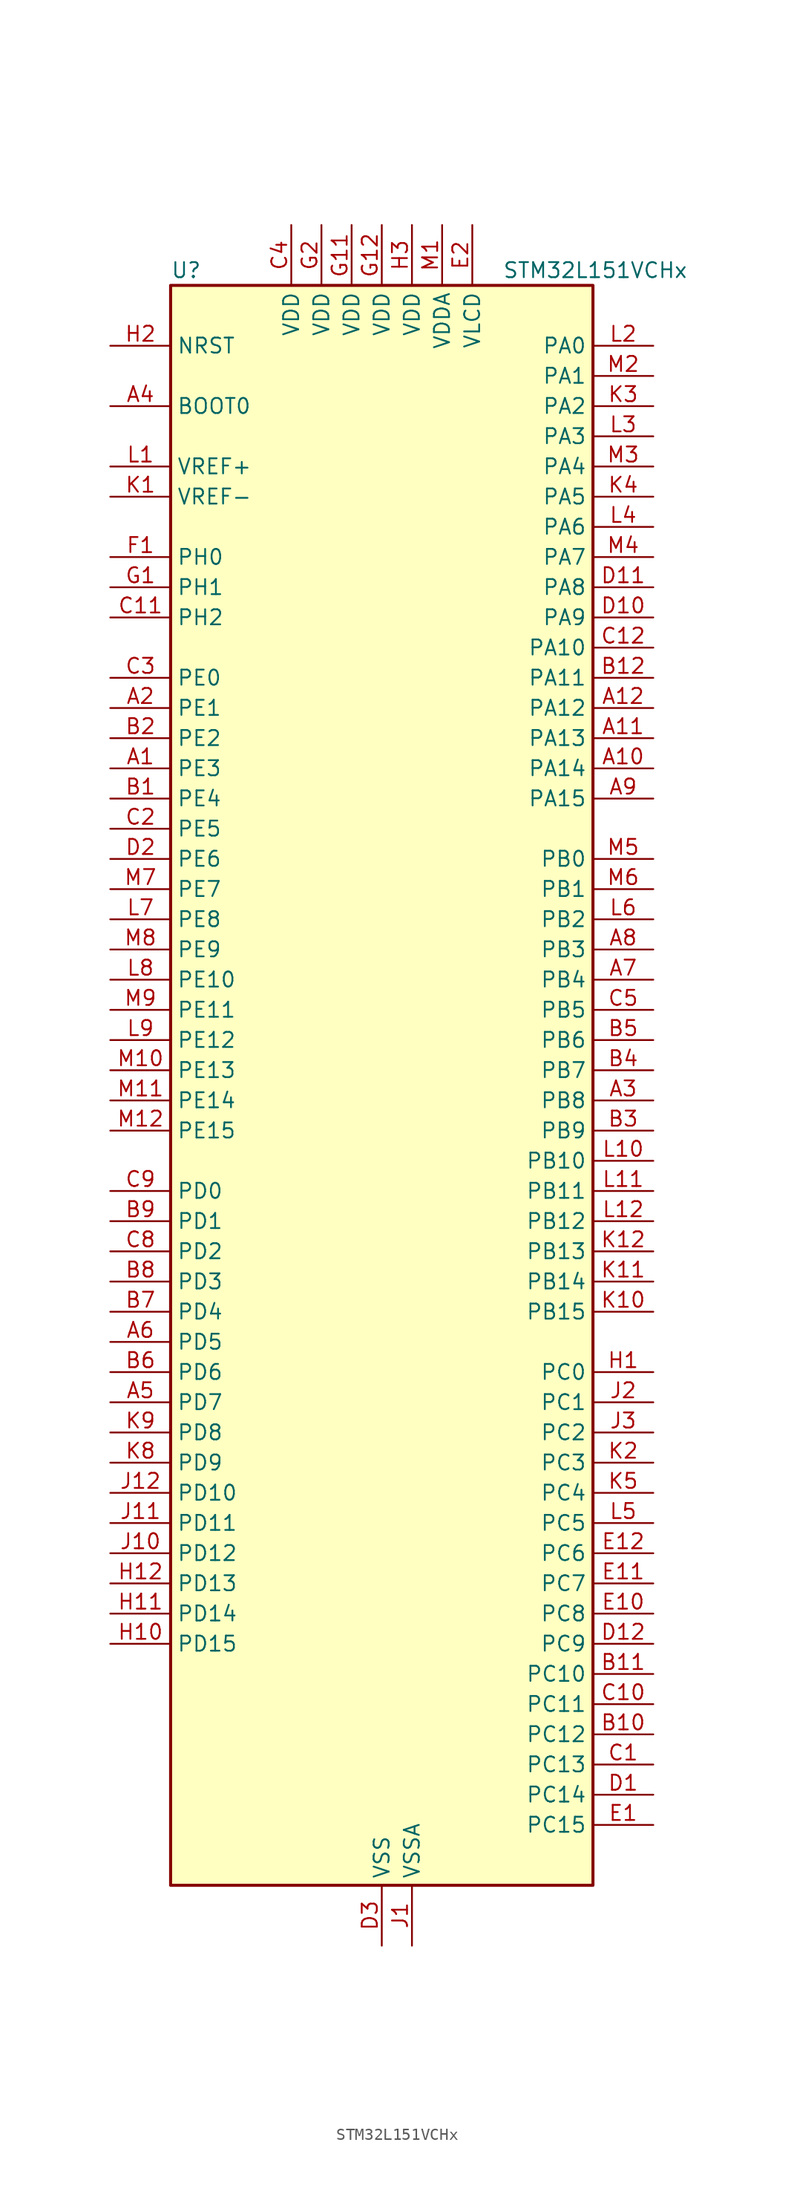
<source format=kicad_sym>
(kicad_symbol_lib
  (version 20241209)
  (generator "kicad_symbol_editor")
  (generator_version "9.0")
  (symbol "STM32L151VCHx"
    (property "Reference" "U"
      (at -17.78 69.85 0)
      (effects (font (size 1.27 1.27)) (justify left)))
    (property "Value" "STM32L151VCHx"
      (at 10.16 69.85 0)
      (effects (font (size 1.27 1.27)) (justify left)))
    (symbol "STM32L151VCHx_0_1"
      (rectangle (start -17.78 -66.04) (end 17.78 68.58) (stroke (width 0.254) (type default)) (fill (type background))))
    (symbol "STM32L151VCHx_1_1"
      (pin input line (at -22.86 63.5 0) (length 5.08) (name "NRST" (effects (font (size 1.27 1.27)))) (number "H2" (effects (font (size 1.27 1.27)))))
      (pin input line (at -22.86 58.42 0) (length 5.08) (name "BOOT0" (effects (font (size 1.27 1.27)))) (number "A4" (effects (font (size 1.27 1.27)))))
      (pin input line (at -22.86 53.34 0) (length 5.08) (name "VREF+" (effects (font (size 1.27 1.27)))) (number "L1" (effects (font (size 1.27 1.27)))))
      (pin input line (at -22.86 50.8 0) (length 5.08) (name "VREF-" (effects (font (size 1.27 1.27)))) (number "K1" (effects (font (size 1.27 1.27)))))
      (pin bidirectional line (at -22.86 45.72 0) (length 5.08) (name "PH0" (effects (font (size 1.27 1.27)))) (number "F1" (effects (font (size 1.27 1.27)))) (alternate "RCC_OSC_IN" bidirectional line))
      (pin bidirectional line (at -22.86 43.18 0) (length 5.08) (name "PH1" (effects (font (size 1.27 1.27)))) (number "G1" (effects (font (size 1.27 1.27)))) (alternate "RCC_OSC_OUT" bidirectional line))
      (pin bidirectional line (at -22.86 40.64 0) (length 5.08) (name "PH2" (effects (font (size 1.27 1.27)))) (number "C11" (effects (font (size 1.27 1.27)))))
      (pin bidirectional line (at -22.86 35.56 0) (length 5.08) (name "PE0" (effects (font (size 1.27 1.27)))) (number "C3" (effects (font (size 1.27 1.27)))) (alternate "TIM10_CH1" bidirectional line) (alternate "TIM4_ETR" bidirectional line) (alternate "TIMX_IC1" bidirectional line))
      (pin bidirectional line (at -22.86 33.02 0) (length 5.08) (name "PE1" (effects (font (size 1.27 1.27)))) (number "A2" (effects (font (size 1.27 1.27)))) (alternate "TIM11_CH1" bidirectional line) (alternate "TIMX_IC2" bidirectional line))
      (pin bidirectional line (at -22.86 30.48 0) (length 5.08) (name "PE2" (effects (font (size 1.27 1.27)))) (number "B2" (effects (font (size 1.27 1.27)))) (alternate "SYS_TRACECK" bidirectional line) (alternate "TIM3_ETR" bidirectional line) (alternate "TIMX_IC3" bidirectional line))
      (pin bidirectional line (at -22.86 27.94 0) (length 5.08) (name "PE3" (effects (font (size 1.27 1.27)))) (number "A1" (effects (font (size 1.27 1.27)))) (alternate "SYS_TRACED0" bidirectional line) (alternate "TIM3_CH1" bidirectional line) (alternate "TIMX_IC4" bidirectional line))
      (pin bidirectional line (at -22.86 25.4 0) (length 5.08) (name "PE4" (effects (font (size 1.27 1.27)))) (number "B1" (effects (font (size 1.27 1.27)))) (alternate "SYS_TRACED1" bidirectional line) (alternate "TIM3_CH2" bidirectional line) (alternate "TIMX_IC1" bidirectional line))
      (pin bidirectional line (at -22.86 22.86 0) (length 5.08) (name "PE5" (effects (font (size 1.27 1.27)))) (number "C2" (effects (font (size 1.27 1.27)))) (alternate "SYS_TRACED2" bidirectional line) (alternate "TIM9_CH1" bidirectional line) (alternate "TIMX_IC2" bidirectional line))
      (pin bidirectional line (at -22.86 20.32 0) (length 5.08) (name "PE6" (effects (font (size 1.27 1.27)))) (number "D2" (effects (font (size 1.27 1.27)))) (alternate "RTC_TAMP3" bidirectional line) (alternate "SYS_TRACED3" bidirectional line) (alternate "SYS_WKUP3" bidirectional line) (alternate "TIM9_CH2" bidirectional line) (alternate "TIMX_IC3" bidirectional line))
      (pin bidirectional line (at -22.86 17.78 0) (length 5.08) (name "PE7" (effects (font (size 1.27 1.27)))) (number "M7" (effects (font (size 1.27 1.27)))) (alternate "ADC_IN22" bidirectional line) (alternate "COMP1_INP" bidirectional line) (alternate "TIMX_IC4" bidirectional line))
      (pin bidirectional line (at -22.86 15.24 0) (length 5.08) (name "PE8" (effects (font (size 1.27 1.27)))) (number "L7" (effects (font (size 1.27 1.27)))) (alternate "ADC_IN23" bidirectional line) (alternate "COMP1_INP" bidirectional line) (alternate "TIMX_IC1" bidirectional line))
      (pin bidirectional line (at -22.86 12.7 0) (length 5.08) (name "PE9" (effects (font (size 1.27 1.27)))) (number "M8" (effects (font (size 1.27 1.27)))) (alternate "ADC_IN24" bidirectional line) (alternate "COMP1_INP" bidirectional line) (alternate "DAC_EXTI9" bidirectional line) (alternate "TIM2_CH1" bidirectional line) (alternate "TIM2_ETR" bidirectional line) (alternate "TIM5_ETR" bidirectional line) (alternate "TIMX_IC2" bidirectional line))
      (pin bidirectional line (at -22.86 10.16 0) (length 5.08) (name "PE10" (effects (font (size 1.27 1.27)))) (number "L8" (effects (font (size 1.27 1.27)))) (alternate "ADC_IN25" bidirectional line) (alternate "COMP1_INP" bidirectional line) (alternate "TIM2_CH2" bidirectional line) (alternate "TIMX_IC3" bidirectional line))
      (pin bidirectional line (at -22.86 7.62 0) (length 5.08) (name "PE11" (effects (font (size 1.27 1.27)))) (number "M9" (effects (font (size 1.27 1.27)))) (alternate "ADC_EXTI11" bidirectional line) (alternate "TIM2_CH3" bidirectional line) (alternate "TIMX_IC4" bidirectional line))
      (pin bidirectional line (at -22.86 5.08 0) (length 5.08) (name "PE12" (effects (font (size 1.27 1.27)))) (number "L9" (effects (font (size 1.27 1.27)))) (alternate "SPI1_NSS" bidirectional line) (alternate "TIM2_CH4" bidirectional line) (alternate "TIMX_IC1" bidirectional line))
      (pin bidirectional line (at -22.86 2.54 0) (length 5.08) (name "PE13" (effects (font (size 1.27 1.27)))) (number "M10" (effects (font (size 1.27 1.27)))) (alternate "SPI1_SCK" bidirectional line) (alternate "TIMX_IC2" bidirectional line))
      (pin bidirectional line (at -22.86 0 0) (length 5.08) (name "PE14" (effects (font (size 1.27 1.27)))) (number "M11" (effects (font (size 1.27 1.27)))) (alternate "SPI1_MISO" bidirectional line) (alternate "TIMX_IC3" bidirectional line))
      (pin bidirectional line (at -22.86 -2.54 0) (length 5.08) (name "PE15" (effects (font (size 1.27 1.27)))) (number "M12" (effects (font (size 1.27 1.27)))) (alternate "ADC_EXTI15" bidirectional line) (alternate "SPI1_MOSI" bidirectional line) (alternate "TIMX_IC4" bidirectional line))
      (pin bidirectional line (at -22.86 -7.62 0) (length 5.08) (name "PD0" (effects (font (size 1.27 1.27)))) (number "C9" (effects (font (size 1.27 1.27)))) (alternate "I2S2_WS" bidirectional line) (alternate "SPI2_NSS" bidirectional line) (alternate "TIM9_CH1" bidirectional line) (alternate "TIMX_IC1" bidirectional line))
      (pin bidirectional line (at -22.86 -10.16 0) (length 5.08) (name "PD1" (effects (font (size 1.27 1.27)))) (number "B9" (effects (font (size 1.27 1.27)))) (alternate "I2S2_CK" bidirectional line) (alternate "SPI2_SCK" bidirectional line) (alternate "TIMX_IC2" bidirectional line))
      (pin bidirectional line (at -22.86 -12.7 0) (length 5.08) (name "PD2" (effects (font (size 1.27 1.27)))) (number "C8" (effects (font (size 1.27 1.27)))) (alternate "TIM3_ETR" bidirectional line) (alternate "TIMX_IC3" bidirectional line))
      (pin bidirectional line (at -22.86 -15.24 0) (length 5.08) (name "PD3" (effects (font (size 1.27 1.27)))) (number "B8" (effects (font (size 1.27 1.27)))) (alternate "SPI2_MISO" bidirectional line) (alternate "TIMX_IC4" bidirectional line) (alternate "USART2_CTS" bidirectional line))
      (pin bidirectional line (at -22.86 -17.78 0) (length 5.08) (name "PD4" (effects (font (size 1.27 1.27)))) (number "B7" (effects (font (size 1.27 1.27)))) (alternate "I2S2_SD" bidirectional line) (alternate "SPI2_MOSI" bidirectional line) (alternate "TIMX_IC1" bidirectional line) (alternate "USART2_RTS" bidirectional line))
      (pin bidirectional line (at -22.86 -20.32 0) (length 5.08) (name "PD5" (effects (font (size 1.27 1.27)))) (number "A6" (effects (font (size 1.27 1.27)))) (alternate "TIMX_IC2" bidirectional line) (alternate "USART2_TX" bidirectional line))
      (pin bidirectional line (at -22.86 -22.86 0) (length 5.08) (name "PD6" (effects (font (size 1.27 1.27)))) (number "B6" (effects (font (size 1.27 1.27)))) (alternate "TIMX_IC3" bidirectional line) (alternate "USART2_RX" bidirectional line))
      (pin bidirectional line (at -22.86 -25.4 0) (length 5.08) (name "PD7" (effects (font (size 1.27 1.27)))) (number "A5" (effects (font (size 1.27 1.27)))) (alternate "TIM9_CH2" bidirectional line) (alternate "TIMX_IC4" bidirectional line) (alternate "USART2_CK" bidirectional line))
      (pin bidirectional line (at -22.86 -27.94 0) (length 5.08) (name "PD8" (effects (font (size 1.27 1.27)))) (number "K9" (effects (font (size 1.27 1.27)))) (alternate "TIMX_IC1" bidirectional line) (alternate "USART3_TX" bidirectional line))
      (pin bidirectional line (at -22.86 -30.48 0) (length 5.08) (name "PD9" (effects (font (size 1.27 1.27)))) (number "K8" (effects (font (size 1.27 1.27)))) (alternate "DAC_EXTI9" bidirectional line) (alternate "TIMX_IC2" bidirectional line) (alternate "USART3_RX" bidirectional line))
      (pin bidirectional line (at -22.86 -33.02 0) (length 5.08) (name "PD10" (effects (font (size 1.27 1.27)))) (number "J12" (effects (font (size 1.27 1.27)))) (alternate "TIMX_IC3" bidirectional line) (alternate "USART3_CK" bidirectional line))
      (pin bidirectional line (at -22.86 -35.56 0) (length 5.08) (name "PD11" (effects (font (size 1.27 1.27)))) (number "J11" (effects (font (size 1.27 1.27)))) (alternate "ADC_EXTI11" bidirectional line) (alternate "TIMX_IC4" bidirectional line) (alternate "USART3_CTS" bidirectional line))
      (pin bidirectional line (at -22.86 -38.1 0) (length 5.08) (name "PD12" (effects (font (size 1.27 1.27)))) (number "J10" (effects (font (size 1.27 1.27)))) (alternate "TIM4_CH1" bidirectional line) (alternate "TIMX_IC1" bidirectional line) (alternate "USART3_RTS" bidirectional line))
      (pin bidirectional line (at -22.86 -40.64 0) (length 5.08) (name "PD13" (effects (font (size 1.27 1.27)))) (number "H12" (effects (font (size 1.27 1.27)))) (alternate "TIM4_CH2" bidirectional line) (alternate "TIMX_IC2" bidirectional line))
      (pin bidirectional line (at -22.86 -43.18 0) (length 5.08) (name "PD14" (effects (font (size 1.27 1.27)))) (number "H11" (effects (font (size 1.27 1.27)))) (alternate "TIM4_CH3" bidirectional line) (alternate "TIMX_IC3" bidirectional line))
      (pin bidirectional line (at -22.86 -45.72 0) (length 5.08) (name "PD15" (effects (font (size 1.27 1.27)))) (number "H10" (effects (font (size 1.27 1.27)))) (alternate "ADC_EXTI15" bidirectional line) (alternate "TIM4_CH4" bidirectional line) (alternate "TIMX_IC4" bidirectional line))
      (pin power_in line (at -7.62 73.66 270) (length 5.08) (name "VDD" (effects (font (size 1.27 1.27)))) (number "C4" (effects (font (size 1.27 1.27)))))
      (pin power_in line (at -5.08 73.66 270) (length 5.08) (name "VDD" (effects (font (size 1.27 1.27)))) (number "G2" (effects (font (size 1.27 1.27)))))
      (pin power_in line (at -2.54 73.66 270) (length 5.08) (name "VDD" (effects (font (size 1.27 1.27)))) (number "G11" (effects (font (size 1.27 1.27)))))
      (pin power_in line (at 0 73.66 270) (length 5.08) (name "VDD" (effects (font (size 1.27 1.27)))) (number "G12" (effects (font (size 1.27 1.27)))))
      (pin power_in line (at 0 -71.12 90) (length 5.08) (name "VSS" (effects (font (size 1.27 1.27)))) (number "D3" (effects (font (size 1.27 1.27)))))
      (pin passive line (at 0 -71.12 90) (length 5.08) (hide yes) (name "VSS" (effects (font (size 1.27 1.27)))) (number "E3" (effects (font (size 1.27 1.27)))))
      (pin passive line (at 0 -71.12 90) (length 5.08) (hide yes) (name "VSS" (effects (font (size 1.27 1.27)))) (number "F11" (effects (font (size 1.27 1.27)))))
      (pin passive line (at 0 -71.12 90) (length 5.08) (hide yes) (name "VSS" (effects (font (size 1.27 1.27)))) (number "F12" (effects (font (size 1.27 1.27)))))
      (pin passive line (at 0 -71.12 90) (length 5.08) (hide yes) (name "VSS" (effects (font (size 1.27 1.27)))) (number "F2" (effects (font (size 1.27 1.27)))))
      (pin power_in line (at 2.54 73.66 270) (length 5.08) (name "VDD" (effects (font (size 1.27 1.27)))) (number "H3" (effects (font (size 1.27 1.27)))))
      (pin power_in line (at 2.54 -71.12 90) (length 5.08) (name "VSSA" (effects (font (size 1.27 1.27)))) (number "J1" (effects (font (size 1.27 1.27)))))
      (pin power_in line (at 5.08 73.66 270) (length 5.08) (name "VDDA" (effects (font (size 1.27 1.27)))) (number "M1" (effects (font (size 1.27 1.27)))))
      (pin power_in line (at 7.62 73.66 270) (length 5.08) (name "VLCD" (effects (font (size 1.27 1.27)))) (number "E2" (effects (font (size 1.27 1.27)))))
      (pin bidirectional line (at 22.86 63.5 180) (length 5.08) (name "PA0" (effects (font (size 1.27 1.27)))) (number "L2" (effects (font (size 1.27 1.27)))) (alternate "ADC_IN0" bidirectional line) (alternate "COMP1_INP" bidirectional line) (alternate "RTC_TAMP2" bidirectional line) (alternate "SYS_WKUP1" bidirectional line) (alternate "TIM2_CH1" bidirectional line) (alternate "TIM2_ETR" bidirectional line) (alternate "TIM5_CH1" bidirectional line) (alternate "TIMX_IC1" bidirectional line) (alternate "TS_G1_IO1" bidirectional line) (alternate "USART2_CTS" bidirectional line))
      (pin bidirectional line (at 22.86 60.96 180) (length 5.08) (name "PA1" (effects (font (size 1.27 1.27)))) (number "M2" (effects (font (size 1.27 1.27)))) (alternate "ADC_IN1" bidirectional line) (alternate "COMP1_INP" bidirectional line) (alternate "OPAMP1_VINP" bidirectional line) (alternate "TIM2_CH2" bidirectional line) (alternate "TIM5_CH2" bidirectional line) (alternate "TIMX_IC2" bidirectional line) (alternate "TS_G1_IO2" bidirectional line) (alternate "USART2_RTS" bidirectional line))
      (pin bidirectional line (at 22.86 58.42 180) (length 5.08) (name "PA2" (effects (font (size 1.27 1.27)))) (number "K3" (effects (font (size 1.27 1.27)))) (alternate "ADC_IN2" bidirectional line) (alternate "COMP1_INP" bidirectional line) (alternate "OPAMP1_VINM" bidirectional line) (alternate "TIM2_CH3" bidirectional line) (alternate "TIM5_CH3" bidirectional line) (alternate "TIM9_CH1" bidirectional line) (alternate "TIMX_IC3" bidirectional line) (alternate "TS_G1_IO3" bidirectional line) (alternate "USART2_TX" bidirectional line))
      (pin bidirectional line (at 22.86 55.88 180) (length 5.08) (name "PA3" (effects (font (size 1.27 1.27)))) (number "L3" (effects (font (size 1.27 1.27)))) (alternate "ADC_IN3" bidirectional line) (alternate "COMP1_INP" bidirectional line) (alternate "OPAMP1_VOUT" bidirectional line) (alternate "TIM2_CH4" bidirectional line) (alternate "TIM5_CH4" bidirectional line) (alternate "TIM9_CH2" bidirectional line) (alternate "TIMX_IC4" bidirectional line) (alternate "TS_G1_IO4" bidirectional line) (alternate "USART2_RX" bidirectional line))
      (pin bidirectional line (at 22.86 53.34 180) (length 5.08) (name "PA4" (effects (font (size 1.27 1.27)))) (number "M3" (effects (font (size 1.27 1.27)))) (alternate "ADC_IN4" bidirectional line) (alternate "COMP1_INP" bidirectional line) (alternate "DAC_OUT1" bidirectional line) (alternate "I2S3_WS" bidirectional line) (alternate "SPI1_NSS" bidirectional line) (alternate "SPI3_NSS" bidirectional line) (alternate "TIMX_IC1" bidirectional line) (alternate "USART2_CK" bidirectional line))
      (pin bidirectional line (at 22.86 50.8 180) (length 5.08) (name "PA5" (effects (font (size 1.27 1.27)))) (number "K4" (effects (font (size 1.27 1.27)))) (alternate "ADC_IN5" bidirectional line) (alternate "COMP1_INP" bidirectional line) (alternate "DAC_OUT2" bidirectional line) (alternate "SPI1_SCK" bidirectional line) (alternate "TIM2_CH1" bidirectional line) (alternate "TIM2_ETR" bidirectional line) (alternate "TIMX_IC2" bidirectional line))
      (pin bidirectional line (at 22.86 48.26 180) (length 5.08) (name "PA6" (effects (font (size 1.27 1.27)))) (number "L4" (effects (font (size 1.27 1.27)))) (alternate "ADC_IN6" bidirectional line) (alternate "COMP1_INP" bidirectional line) (alternate "OPAMP2_VINP" bidirectional line) (alternate "SPI1_MISO" bidirectional line) (alternate "TIM10_CH1" bidirectional line) (alternate "TIM3_CH1" bidirectional line) (alternate "TIMX_IC3" bidirectional line) (alternate "TS_G2_IO1" bidirectional line))
      (pin bidirectional line (at 22.86 45.72 180) (length 5.08) (name "PA7" (effects (font (size 1.27 1.27)))) (number "M4" (effects (font (size 1.27 1.27)))) (alternate "ADC_IN7" bidirectional line) (alternate "COMP1_INP" bidirectional line) (alternate "OPAMP2_VINM" bidirectional line) (alternate "SPI1_MOSI" bidirectional line) (alternate "TIM11_CH1" bidirectional line) (alternate "TIM3_CH2" bidirectional line) (alternate "TIMX_IC4" bidirectional line) (alternate "TS_G2_IO2" bidirectional line))
      (pin bidirectional line (at 22.86 43.18 180) (length 5.08) (name "PA8" (effects (font (size 1.27 1.27)))) (number "D11" (effects (font (size 1.27 1.27)))) (alternate "RCC_MCO" bidirectional line) (alternate "TIMX_IC1" bidirectional line) (alternate "TS_G4_IO1" bidirectional line) (alternate "USART1_CK" bidirectional line))
      (pin bidirectional line (at 22.86 40.64 180) (length 5.08) (name "PA9" (effects (font (size 1.27 1.27)))) (number "D10" (effects (font (size 1.27 1.27)))) (alternate "DAC_EXTI9" bidirectional line) (alternate "TIMX_IC2" bidirectional line) (alternate "TS_G4_IO2" bidirectional line) (alternate "USART1_TX" bidirectional line))
      (pin bidirectional line (at 22.86 38.1 180) (length 5.08) (name "PA10" (effects (font (size 1.27 1.27)))) (number "C12" (effects (font (size 1.27 1.27)))) (alternate "TIMX_IC3" bidirectional line) (alternate "TS_G4_IO3" bidirectional line) (alternate "USART1_RX" bidirectional line))
      (pin bidirectional line (at 22.86 35.56 180) (length 5.08) (name "PA11" (effects (font (size 1.27 1.27)))) (number "B12" (effects (font (size 1.27 1.27)))) (alternate "ADC_EXTI11" bidirectional line) (alternate "SPI1_MISO" bidirectional line) (alternate "TIMX_IC4" bidirectional line) (alternate "USART1_CTS" bidirectional line) (alternate "USB_DM" bidirectional line))
      (pin bidirectional line (at 22.86 33.02 180) (length 5.08) (name "PA12" (effects (font (size 1.27 1.27)))) (number "A12" (effects (font (size 1.27 1.27)))) (alternate "SPI1_MOSI" bidirectional line) (alternate "TIMX_IC1" bidirectional line) (alternate "USART1_RTS" bidirectional line) (alternate "USB_DP" bidirectional line))
      (pin bidirectional line (at 22.86 30.48 180) (length 5.08) (name "PA13" (effects (font (size 1.27 1.27)))) (number "A11" (effects (font (size 1.27 1.27)))) (alternate "SYS_JTMS-SWDIO" bidirectional line) (alternate "TIMX_IC2" bidirectional line) (alternate "TS_G5_IO1" bidirectional line))
      (pin bidirectional line (at 22.86 27.94 180) (length 5.08) (name "PA14" (effects (font (size 1.27 1.27)))) (number "A10" (effects (font (size 1.27 1.27)))) (alternate "SYS_JTCK-SWCLK" bidirectional line) (alternate "TIMX_IC3" bidirectional line) (alternate "TS_G5_IO2" bidirectional line))
      (pin bidirectional line (at 22.86 25.4 180) (length 5.08) (name "PA15" (effects (font (size 1.27 1.27)))) (number "A9" (effects (font (size 1.27 1.27)))) (alternate "ADC_EXTI15" bidirectional line) (alternate "I2S3_WS" bidirectional line) (alternate "SPI1_NSS" bidirectional line) (alternate "SPI3_NSS" bidirectional line) (alternate "SYS_JTDI" bidirectional line) (alternate "TIM2_CH1" bidirectional line) (alternate "TIM2_ETR" bidirectional line) (alternate "TIMX_IC4" bidirectional line) (alternate "TS_G5_IO3" bidirectional line))
      (pin bidirectional line (at 22.86 20.32 180) (length 5.08) (name "PB0" (effects (font (size 1.27 1.27)))) (number "M5" (effects (font (size 1.27 1.27)))) (alternate "ADC_IN8" bidirectional line) (alternate "COMP1_INP" bidirectional line) (alternate "OPAMP2_VOUT" bidirectional line) (alternate "SYS_V_REF_OUT" bidirectional line) (alternate "TIM3_CH3" bidirectional line) (alternate "TS_G3_IO1" bidirectional line))
      (pin bidirectional line (at 22.86 17.78 180) (length 5.08) (name "PB1" (effects (font (size 1.27 1.27)))) (number "M6" (effects (font (size 1.27 1.27)))) (alternate "ADC_IN9" bidirectional line) (alternate "COMP1_INP" bidirectional line) (alternate "SYS_V_REF_OUT" bidirectional line) (alternate "TIM3_CH4" bidirectional line) (alternate "TS_G3_IO2" bidirectional line))
      (pin bidirectional line (at 22.86 15.24 180) (length 5.08) (name "PB2" (effects (font (size 1.27 1.27)))) (number "L6" (effects (font (size 1.27 1.27)))) (alternate "TS_G3_IO3" bidirectional line))
      (pin bidirectional line (at 22.86 12.7 180) (length 5.08) (name "PB3" (effects (font (size 1.27 1.27)))) (number "A8" (effects (font (size 1.27 1.27)))) (alternate "COMP2_INM" bidirectional line) (alternate "I2S3_CK" bidirectional line) (alternate "SPI1_SCK" bidirectional line) (alternate "SPI3_SCK" bidirectional line) (alternate "SYS_JTDO-TRACESWO" bidirectional line) (alternate "TIM2_CH2" bidirectional line))
      (pin bidirectional line (at 22.86 10.16 180) (length 5.08) (name "PB4" (effects (font (size 1.27 1.27)))) (number "A7" (effects (font (size 1.27 1.27)))) (alternate "COMP2_INP" bidirectional line) (alternate "SPI1_MISO" bidirectional line) (alternate "SPI3_MISO" bidirectional line) (alternate "SYS_JTRST" bidirectional line) (alternate "TIM3_CH1" bidirectional line) (alternate "TS_G6_IO1" bidirectional line))
      (pin bidirectional line (at 22.86 7.62 180) (length 5.08) (name "PB5" (effects (font (size 1.27 1.27)))) (number "C5" (effects (font (size 1.27 1.27)))) (alternate "COMP2_INP" bidirectional line) (alternate "I2C1_SMBA" bidirectional line) (alternate "I2S3_SD" bidirectional line) (alternate "SPI1_MOSI" bidirectional line) (alternate "SPI3_MOSI" bidirectional line) (alternate "TIM3_CH2" bidirectional line) (alternate "TS_G6_IO2" bidirectional line))
      (pin bidirectional line (at 22.86 5.08 180) (length 5.08) (name "PB6" (effects (font (size 1.27 1.27)))) (number "B5" (effects (font (size 1.27 1.27)))) (alternate "COMP2_INP" bidirectional line) (alternate "I2C1_SCL" bidirectional line) (alternate "TIM4_CH1" bidirectional line) (alternate "TS_G6_IO3" bidirectional line) (alternate "USART1_TX" bidirectional line))
      (pin bidirectional line (at 22.86 2.54 180) (length 5.08) (name "PB7" (effects (font (size 1.27 1.27)))) (number "B4" (effects (font (size 1.27 1.27)))) (alternate "COMP2_INP" bidirectional line) (alternate "I2C1_SDA" bidirectional line) (alternate "SYS_PVD_IN" bidirectional line) (alternate "TIM4_CH2" bidirectional line) (alternate "TS_G6_IO4" bidirectional line) (alternate "USART1_RX" bidirectional line))
      (pin bidirectional line (at 22.86 0 180) (length 5.08) (name "PB8" (effects (font (size 1.27 1.27)))) (number "A3" (effects (font (size 1.27 1.27)))) (alternate "I2C1_SCL" bidirectional line) (alternate "TIM10_CH1" bidirectional line) (alternate "TIM4_CH3" bidirectional line))
      (pin bidirectional line (at 22.86 -2.54 180) (length 5.08) (name "PB9" (effects (font (size 1.27 1.27)))) (number "B3" (effects (font (size 1.27 1.27)))) (alternate "DAC_EXTI9" bidirectional line) (alternate "I2C1_SDA" bidirectional line) (alternate "TIM11_CH1" bidirectional line) (alternate "TIM4_CH4" bidirectional line))
      (pin bidirectional line (at 22.86 -5.08 180) (length 5.08) (name "PB10" (effects (font (size 1.27 1.27)))) (number "L10" (effects (font (size 1.27 1.27)))) (alternate "I2C2_SCL" bidirectional line) (alternate "TIM2_CH3" bidirectional line) (alternate "USART3_TX" bidirectional line))
      (pin bidirectional line (at 22.86 -7.62 180) (length 5.08) (name "PB11" (effects (font (size 1.27 1.27)))) (number "L11" (effects (font (size 1.27 1.27)))) (alternate "ADC_EXTI11" bidirectional line) (alternate "I2C2_SDA" bidirectional line) (alternate "TIM2_CH4" bidirectional line) (alternate "USART3_RX" bidirectional line))
      (pin bidirectional line (at 22.86 -10.16 180) (length 5.08) (name "PB12" (effects (font (size 1.27 1.27)))) (number "L12" (effects (font (size 1.27 1.27)))) (alternate "ADC_IN18" bidirectional line) (alternate "COMP1_INP" bidirectional line) (alternate "I2C2_SMBA" bidirectional line) (alternate "I2S2_WS" bidirectional line) (alternate "SPI2_NSS" bidirectional line) (alternate "TIM10_CH1" bidirectional line) (alternate "TS_G7_IO1" bidirectional line) (alternate "USART3_CK" bidirectional line))
      (pin bidirectional line (at 22.86 -12.7 180) (length 5.08) (name "PB13" (effects (font (size 1.27 1.27)))) (number "K12" (effects (font (size 1.27 1.27)))) (alternate "ADC_IN19" bidirectional line) (alternate "COMP1_INP" bidirectional line) (alternate "I2S2_CK" bidirectional line) (alternate "SPI2_SCK" bidirectional line) (alternate "TIM9_CH1" bidirectional line) (alternate "TS_G7_IO2" bidirectional line) (alternate "USART3_CTS" bidirectional line))
      (pin bidirectional line (at 22.86 -15.24 180) (length 5.08) (name "PB14" (effects (font (size 1.27 1.27)))) (number "K11" (effects (font (size 1.27 1.27)))) (alternate "ADC_IN20" bidirectional line) (alternate "COMP1_INP" bidirectional line) (alternate "SPI2_MISO" bidirectional line) (alternate "TIM9_CH2" bidirectional line) (alternate "TS_G7_IO3" bidirectional line) (alternate "USART3_RTS" bidirectional line))
      (pin bidirectional line (at 22.86 -17.78 180) (length 5.08) (name "PB15" (effects (font (size 1.27 1.27)))) (number "K10" (effects (font (size 1.27 1.27)))) (alternate "ADC_EXTI15" bidirectional line) (alternate "ADC_IN21" bidirectional line) (alternate "COMP1_INP" bidirectional line) (alternate "I2S2_SD" bidirectional line) (alternate "RTC_REFIN" bidirectional line) (alternate "SPI2_MOSI" bidirectional line) (alternate "TIM11_CH1" bidirectional line) (alternate "TS_G7_IO4" bidirectional line))
      (pin bidirectional line (at 22.86 -22.86 180) (length 5.08) (name "PC0" (effects (font (size 1.27 1.27)))) (number "H1" (effects (font (size 1.27 1.27)))) (alternate "ADC_IN10" bidirectional line) (alternate "COMP1_INP" bidirectional line) (alternate "TIMX_IC1" bidirectional line) (alternate "TS_G8_IO1" bidirectional line))
      (pin bidirectional line (at 22.86 -25.4 180) (length 5.08) (name "PC1" (effects (font (size 1.27 1.27)))) (number "J2" (effects (font (size 1.27 1.27)))) (alternate "ADC_IN11" bidirectional line) (alternate "COMP1_INP" bidirectional line) (alternate "TIMX_IC2" bidirectional line) (alternate "TS_G8_IO2" bidirectional line))
      (pin bidirectional line (at 22.86 -27.94 180) (length 5.08) (name "PC2" (effects (font (size 1.27 1.27)))) (number "J3" (effects (font (size 1.27 1.27)))) (alternate "ADC_IN12" bidirectional line) (alternate "COMP1_INP" bidirectional line) (alternate "TIMX_IC3" bidirectional line) (alternate "TS_G8_IO3" bidirectional line))
      (pin bidirectional line (at 22.86 -30.48 180) (length 5.08) (name "PC3" (effects (font (size 1.27 1.27)))) (number "K2" (effects (font (size 1.27 1.27)))) (alternate "ADC_IN13" bidirectional line) (alternate "COMP1_INP" bidirectional line) (alternate "TIMX_IC4" bidirectional line) (alternate "TS_G8_IO4" bidirectional line))
      (pin bidirectional line (at 22.86 -33.02 180) (length 5.08) (name "PC4" (effects (font (size 1.27 1.27)))) (number "K5" (effects (font (size 1.27 1.27)))) (alternate "ADC_IN14" bidirectional line) (alternate "COMP1_INP" bidirectional line) (alternate "TIMX_IC1" bidirectional line) (alternate "TS_G9_IO1" bidirectional line))
      (pin bidirectional line (at 22.86 -35.56 180) (length 5.08) (name "PC5" (effects (font (size 1.27 1.27)))) (number "L5" (effects (font (size 1.27 1.27)))) (alternate "ADC_IN15" bidirectional line) (alternate "COMP1_INP" bidirectional line) (alternate "TIMX_IC2" bidirectional line) (alternate "TS_G9_IO2" bidirectional line))
      (pin bidirectional line (at 22.86 -38.1 180) (length 5.08) (name "PC6" (effects (font (size 1.27 1.27)))) (number "E12" (effects (font (size 1.27 1.27)))) (alternate "I2S2_MCK" bidirectional line) (alternate "TIM3_CH1" bidirectional line) (alternate "TIMX_IC3" bidirectional line) (alternate "TS_G10_IO1" bidirectional line))
      (pin bidirectional line (at 22.86 -40.64 180) (length 5.08) (name "PC7" (effects (font (size 1.27 1.27)))) (number "E11" (effects (font (size 1.27 1.27)))) (alternate "I2S3_MCK" bidirectional line) (alternate "TIM3_CH2" bidirectional line) (alternate "TIMX_IC4" bidirectional line) (alternate "TS_G10_IO2" bidirectional line))
      (pin bidirectional line (at 22.86 -43.18 180) (length 5.08) (name "PC8" (effects (font (size 1.27 1.27)))) (number "E10" (effects (font (size 1.27 1.27)))) (alternate "TIM3_CH3" bidirectional line) (alternate "TIMX_IC1" bidirectional line) (alternate "TS_G10_IO3" bidirectional line))
      (pin bidirectional line (at 22.86 -45.72 180) (length 5.08) (name "PC9" (effects (font (size 1.27 1.27)))) (number "D12" (effects (font (size 1.27 1.27)))) (alternate "DAC_EXTI9" bidirectional line) (alternate "TIM3_CH4" bidirectional line) (alternate "TIMX_IC2" bidirectional line) (alternate "TS_G10_IO4" bidirectional line))
      (pin bidirectional line (at 22.86 -48.26 180) (length 5.08) (name "PC10" (effects (font (size 1.27 1.27)))) (number "B11" (effects (font (size 1.27 1.27)))) (alternate "I2S3_CK" bidirectional line) (alternate "SPI3_SCK" bidirectional line) (alternate "TIMX_IC3" bidirectional line) (alternate "USART3_TX" bidirectional line))
      (pin bidirectional line (at 22.86 -50.8 180) (length 5.08) (name "PC11" (effects (font (size 1.27 1.27)))) (number "C10" (effects (font (size 1.27 1.27)))) (alternate "ADC_EXTI11" bidirectional line) (alternate "SPI3_MISO" bidirectional line) (alternate "TIMX_IC4" bidirectional line) (alternate "USART3_RX" bidirectional line))
      (pin bidirectional line (at 22.86 -53.34 180) (length 5.08) (name "PC12" (effects (font (size 1.27 1.27)))) (number "B10" (effects (font (size 1.27 1.27)))) (alternate "I2S3_SD" bidirectional line) (alternate "SPI3_MOSI" bidirectional line) (alternate "TIMX_IC1" bidirectional line) (alternate "USART3_CK" bidirectional line))
      (pin bidirectional line (at 22.86 -55.88 180) (length 5.08) (name "PC13" (effects (font (size 1.27 1.27)))) (number "C1" (effects (font (size 1.27 1.27)))) (alternate "RTC_OUT_ALARM" bidirectional line) (alternate "RTC_OUT_CALIB" bidirectional line) (alternate "RTC_TAMP1" bidirectional line) (alternate "RTC_TS" bidirectional line) (alternate "SYS_WKUP2" bidirectional line) (alternate "TIMX_IC2" bidirectional line))
      (pin bidirectional line (at 22.86 -58.42 180) (length 5.08) (name "PC14" (effects (font (size 1.27 1.27)))) (number "D1" (effects (font (size 1.27 1.27)))) (alternate "RCC_OSC32_IN" bidirectional line) (alternate "TIMX_IC3" bidirectional line))
      (pin bidirectional line (at 22.86 -60.96 180) (length 5.08) (name "PC15" (effects (font (size 1.27 1.27)))) (number "E1" (effects (font (size 1.27 1.27)))) (alternate "ADC_EXTI15" bidirectional line) (alternate "RCC_OSC32_OUT" bidirectional line) (alternate "TIMX_IC4" bidirectional line)))))
</source>
